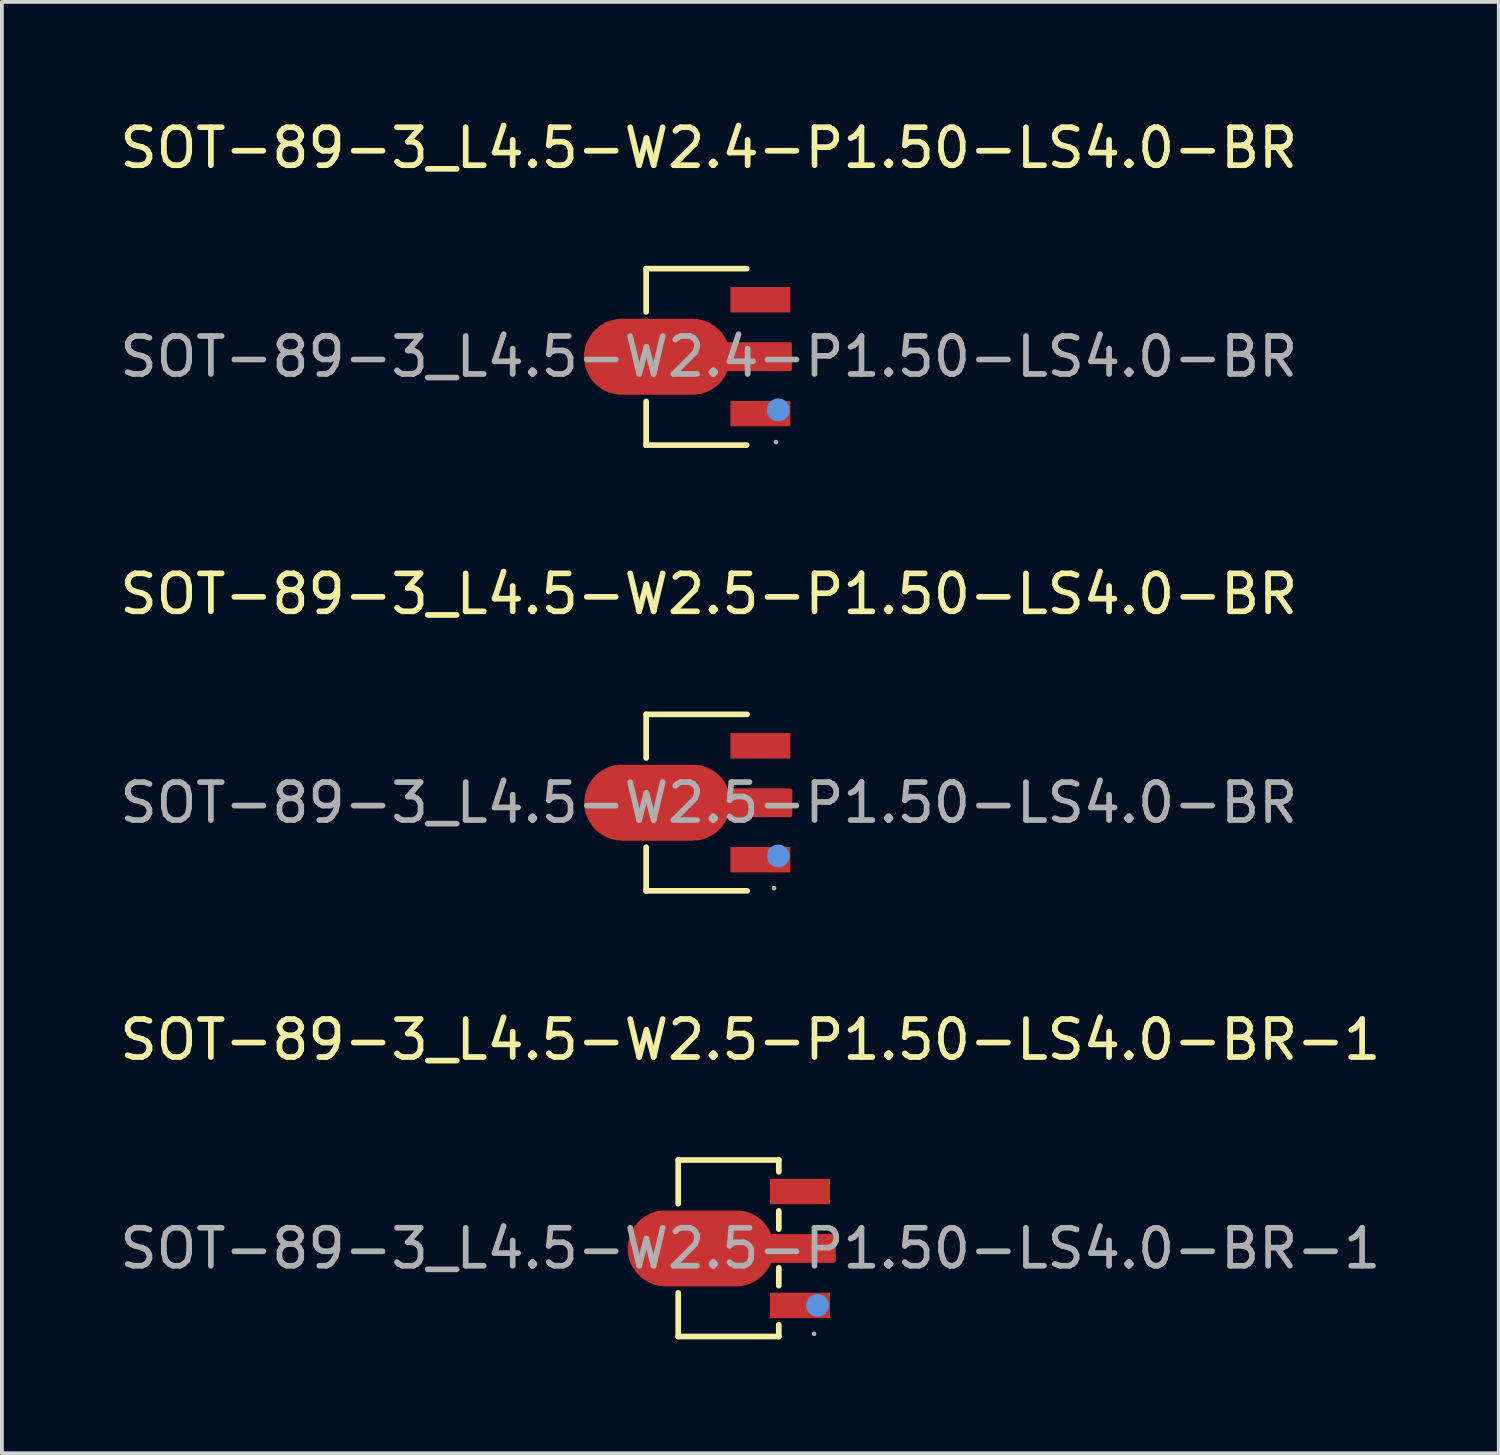
<source format=kicad_pcb>
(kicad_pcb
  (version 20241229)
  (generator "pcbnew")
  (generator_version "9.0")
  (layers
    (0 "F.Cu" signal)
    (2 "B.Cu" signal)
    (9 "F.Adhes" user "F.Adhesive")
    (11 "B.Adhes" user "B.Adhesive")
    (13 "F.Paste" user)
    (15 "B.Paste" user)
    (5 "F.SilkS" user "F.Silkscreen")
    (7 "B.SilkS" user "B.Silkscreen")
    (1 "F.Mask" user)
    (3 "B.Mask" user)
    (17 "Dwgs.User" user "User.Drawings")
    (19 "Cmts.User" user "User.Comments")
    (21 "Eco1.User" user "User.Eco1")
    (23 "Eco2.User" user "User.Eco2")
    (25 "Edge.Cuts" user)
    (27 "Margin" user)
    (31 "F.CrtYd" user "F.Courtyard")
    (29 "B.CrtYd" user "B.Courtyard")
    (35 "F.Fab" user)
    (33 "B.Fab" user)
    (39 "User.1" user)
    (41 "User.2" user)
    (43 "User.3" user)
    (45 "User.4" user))
  (footprint "SOT-89-3_L4.5-W2.5-P1.50-LS4.0-BR-1"
    (layer "F.Cu")
    (at 16.72 29.845)
    (property "Reference" "SOT-89-3_L4.5-W2.5-P1.50-LS4.0-BR-1" (at 0 -5.5 0) (layer "F.SilkS") (effects (font (size 1 1) (thickness 0.15))))
    (attr through_hole)
    (fp_line (start -1.9 -2.33) (end -1.9 -1.18) (stroke (width 0.15) (type solid)) (layer "F.SilkS"))
    (fp_line (start -1.9 2.32) (end -1.9 1.17) (stroke (width 0.15) (type solid)) (layer "F.SilkS"))
    (fp_line (start 0.75 -2.33) (end -1.9 -2.33) (stroke (width 0.15) (type solid)) (layer "F.SilkS"))
    (fp_line (start 0.75 -2.33) (end 0.75 -2.02) (stroke (width 0.15) (type solid)) (layer "F.SilkS"))
    (fp_line (start 0.75 -0.99) (end 0.75 -0.51) (stroke (width 0.15) (type solid)) (layer "F.SilkS"))
    (fp_line (start 0.75 0.51) (end 0.75 0.98) (stroke (width 0.15) (type solid)) (layer "F.SilkS"))
    (fp_line (start 0.75 2.01) (end 0.75 2.32) (stroke (width 0.15) (type solid)) (layer "F.SilkS"))
    (fp_line (start 0.75 2.32) (end -1.9 2.32) (stroke (width 0.15) (type solid)) (layer "F.SilkS"))
    (fp_circle (center 1.77 1.5) (end 1.92 1.5) (stroke (width 0.3) (type solid)) (fill no) (layer "Cmts.User"))
    (fp_circle (center 1.68 2.25) (end 1.71 2.25) (stroke (width 0.06) (type solid)) (fill no) (layer "F.Fab"))
    (fp_text user "${REFERENCE}" (at 0 0 0) (layer "F.Fab") (effects (font (size 1 1) (thickness 0.15))))
    (pad "1" smd rect (at 1.31 1.5) (size 1.58 0.67) (layers "F.Cu" "F.Mask" "F.Paste"))
    (pad "2" smd custom (at -1.31 0) (size 0.01 0.01) (layers "F.Cu" "F.Mask" "F.Paste") (options (anchor circle)) (primitives (gr_poly (pts (xy -0.92 -0.95) (xy 0.93 -0.95) (xy 0.98 -0.95) (xy 1.02 -0.95) (xy 1.07 -0.94) (xy 1.11 -0.94) (xy 1.15 -0.93) (xy 1.2 -0.92) (xy 1.24 -0.9) (xy 1.28 -0.89) (xy 1.32 -0.87) (xy 1.36 -0.85) (xy 1.4 -0.83) (xy 1.44 -0.81) (xy 1.48 -0.78) (xy 1.51 -0.76) (xy 1.55 -0.73) (xy 1.58 -0.7) (xy 1.61 -0.67) (xy 1.64 -0.64) (xy 1.67 -0.6) (xy 1.7 -0.57) (xy 1.72 -0.53) (xy 1.75 -0.49) (xy 1.77 -0.45) (xy 1.79 -0.41) (xy 1.81 -0.33) (xy 3.51 -0.33) (xy 3.51 0.33) (xy 1.81 0.33) (xy 1.79 0.41) (xy 1.77 0.45) (xy 1.75 0.48) (xy 1.72 0.52) (xy 1.7 0.56) (xy 1.67 0.59) (xy 1.64 0.63) (xy 1.61 0.66) (xy 1.58 0.69) (xy 1.55 0.72) (xy 1.51 0.75) (xy 1.48 0.77) (xy 1.44 0.8) (xy 1.4 0.82) (xy 1.36 0.84) (xy 1.32 0.86) (xy 1.28 0.88) (xy 1.24 0.9) (xy 1.2 0.91) (xy 1.15 0.92) (xy 1.11 0.93) (xy 1.07 0.94) (xy 1.02 0.94) (xy 0.98 0.95) (xy 0.93 0.95) (xy -0.92 0.95) (xy -0.97 0.95) (xy -1.01 0.94) (xy -1.05 0.94) (xy -1.1 0.93) (xy -1.14 0.92) (xy -1.19 0.91) (xy -1.23 0.9) (xy -1.27 0.88) (xy -1.31 0.86) (xy -1.35 0.84) (xy -1.39 0.82) (xy -1.43 0.8) (xy -1.47 0.77) (xy -1.5 0.75) (xy -1.54 0.72) (xy -1.57 0.69) (xy -1.6 0.66) (xy -1.63 0.63) (xy -1.66 0.59) (xy -1.69 0.56) (xy -1.71 0.52) (xy -1.74 0.48) (xy -1.76 0.45) (xy -1.78 0.41) (xy -1.8 0.36) (xy -1.81 0.32) (xy -1.83 0.28) (xy -1.84 0.24) (xy -1.85 0.2) (xy -1.86 0.15) (xy -1.86 0.11) (xy -1.87 0.06) (xy -1.87 0.02) (xy -1.87 -0.03) (xy -1.87 -0.07) (xy -1.86 -0.12) (xy -1.86 -0.16) (xy -1.85 -0.2) (xy -1.84 -0.25) (xy -1.83 -0.29) (xy -1.81 -0.33) (xy -1.8 -0.37) (xy -1.78 -0.41) (xy -1.76 -0.45) (xy -1.74 -0.49) (xy -1.71 -0.53) (xy -1.69 -0.57) (xy -1.66 -0.6) (xy -1.63 -0.64) (xy -1.6 -0.67) (xy -1.57 -0.7) (xy -1.54 -0.73) (xy -1.5 -0.76) (xy -1.47 -0.78) (xy -1.43 -0.81) (xy -1.39 -0.83) (xy -1.35 -0.85) (xy -1.31 -0.87) (xy -1.27 -0.89) (xy -1.23 -0.9) (xy -1.19 -0.92) (xy -1.14 -0.93) (xy -1.1 -0.94) (xy -1.05 -0.94) (xy -1.01 -0.95) (xy -0.97 -0.95) (xy -0.92 -0.95)) (width 0.1) (fill yes))))
    (pad "3" smd rect (at 1.31 -1.5) (size 1.58 0.67) (layers "F.Cu" "F.Mask" "F.Paste")))
  (footprint "SOT-89-3_L4.5-W2.4-P1.50-LS4.0-BR"
    (layer "F.Cu")
    (at 15.625 6.348)
    (property "Reference" "SOT-89-3_L4.5-W2.4-P1.50-LS4.0-BR" (at 0 -5.5 0) (layer "F.SilkS") (effects (font (size 1 1) (thickness 0.15))))
    (attr smd)
    (fp_line (start -1.65 -2.32) (end -1.65 -1.18) (stroke (width 0.15) (type solid)) (layer "F.SilkS"))
    (fp_line (start -1.65 2.33) (end -1.65 1.18) (stroke (width 0.15) (type solid)) (layer "F.SilkS"))
    (fp_line (start 1 -2.32) (end -1.65 -2.32) (stroke (width 0.15) (type solid)) (layer "F.SilkS"))
    (fp_line (start 1 2.33) (end -1.65 2.33) (stroke (width 0.15) (type solid)) (layer "F.SilkS"))
    (fp_circle (center 1.83 1.4) (end 1.98 1.4) (stroke (width 0.3) (type solid)) (fill no) (layer "Cmts.User"))
    (fp_circle (center 1.77 2.25) (end 1.8 2.25) (stroke (width 0.06) (type solid)) (fill no) (layer "F.Fab"))
    (fp_text user "${REFERENCE}" (at 0 0 0) (layer "F.Fab") (effects (font (size 1 1) (thickness 0.15))))
    (pad "1" smd rect (at 1.36 1.5) (size 1.58 0.67) (layers "F.Cu" "F.Mask" "F.Paste"))
    (pad "2" smd custom (at -1.36 0) (size 0.01 0.01) (layers "F.Cu" "F.Mask" "F.Paste") (options (anchor circle)) (primitives (gr_poly (pts (xy -0.93 -0.95) (xy 0.93 -0.95) (xy 0.97 -0.95) (xy 1.02 -0.94) (xy 1.06 -0.94) (xy 1.1 -0.93) (xy 1.15 -0.92) (xy 1.19 -0.91) (xy 1.23 -0.9) (xy 1.27 -0.88) (xy 1.32 -0.87) (xy 1.36 -0.85) (xy 1.4 -0.82) (xy 1.43 -0.8) (xy 1.47 -0.78) (xy 1.51 -0.75) (xy 1.54 -0.72) (xy 1.57 -0.69) (xy 1.61 -0.66) (xy 1.64 -0.63) (xy 1.67 -0.6) (xy 1.69 -0.56) (xy 1.72 -0.52) (xy 1.74 -0.49) (xy 1.76 -0.45) (xy 1.78 -0.41) (xy 1.8 -0.33) (xy 3.5 -0.33) (xy 3.5 0.33) (xy 1.8 0.33) (xy 1.78 0.41) (xy 1.76 0.45) (xy 1.74 0.49) (xy 1.72 0.53) (xy 1.69 0.56) (xy 1.67 0.6) (xy 1.64 0.63) (xy 1.61 0.67) (xy 1.57 0.7) (xy 1.54 0.73) (xy 1.51 0.75) (xy 1.47 0.78) (xy 1.43 0.81) (xy 1.4 0.83) (xy 1.36 0.85) (xy 1.32 0.87) (xy 1.27 0.89) (xy 1.23 0.9) (xy 1.19 0.91) (xy 1.15 0.93) (xy 1.1 0.93) (xy 1.06 0.94) (xy 1.02 0.95) (xy 0.97 0.95) (xy 0.93 0.95) (xy -0.93 0.95) (xy -0.97 0.95) (xy -1.02 0.95) (xy -1.06 0.94) (xy -1.1 0.93) (xy -1.15 0.93) (xy -1.19 0.91) (xy -1.23 0.9) (xy -1.28 0.89) (xy -1.32 0.87) (xy -1.36 0.85) (xy -1.4 0.83) (xy -1.43 0.81) (xy -1.47 0.78) (xy -1.51 0.75) (xy -1.54 0.73) (xy -1.58 0.7) (xy -1.61 0.67) (xy -1.64 0.63) (xy -1.67 0.6) (xy -1.69 0.56) (xy -1.72 0.53) (xy -1.74 0.49) (xy -1.76 0.45) (xy -1.78 0.41) (xy -1.8 0.37) (xy -1.82 0.33) (xy -1.83 0.29) (xy -1.85 0.24) (xy -1.86 0.2) (xy -1.86 0.16) (xy -1.87 0.11) (xy -1.88 0.07) (xy -1.88 0.02) (xy -1.88 -0.02) (xy -1.88 -0.07) (xy -1.87 -0.11) (xy -1.86 -0.15) (xy -1.86 -0.2) (xy -1.85 -0.24) (xy -1.83 -0.28) (xy -1.82 -0.33) (xy -1.8 -0.37) (xy -1.78 -0.41) (xy -1.76 -0.45) (xy -1.74 -0.49) (xy -1.72 -0.52) (xy -1.69 -0.56) (xy -1.67 -0.6) (xy -1.64 -0.63) (xy -1.61 -0.66) (xy -1.58 -0.69) (xy -1.54 -0.72) (xy -1.51 -0.75) (xy -1.47 -0.78) (xy -1.43 -0.8) (xy -1.4 -0.82) (xy -1.36 -0.85) (xy -1.32 -0.87) (xy -1.28 -0.88) (xy -1.23 -0.9) (xy -1.19 -0.91) (xy -1.15 -0.92) (xy -1.1 -0.93) (xy -1.06 -0.94) (xy -1.02 -0.94) (xy -0.97 -0.95) (xy -0.93 -0.95)) (width 0.1) (fill yes))))
    (pad "3" smd rect (at 1.36 -1.5) (size 1.58 0.67) (layers "F.Cu" "F.Mask" "F.Paste")))
  (footprint "SOT-89-3_L4.5-W2.5-P1.50-LS4.0-BR"
    (layer "F.Cu")
    (at 15.625 18.102)
    (property "Reference" "SOT-89-3_L4.5-W2.5-P1.50-LS4.0-BR" (at 0 -5.5 0) (layer "F.SilkS") (effects (font (size 1 1) (thickness 0.15))))
    (attr smd)
    (fp_line (start -1.65 -2.33) (end -1.65 -1.18) (stroke (width 0.15) (type solid)) (layer "F.SilkS"))
    (fp_line (start -1.65 2.32) (end -1.65 1.17) (stroke (width 0.15) (type solid)) (layer "F.SilkS"))
    (fp_line (start 1.01 -2.33) (end -1.65 -2.33) (stroke (width 0.15) (type solid)) (layer "F.SilkS"))
    (fp_line (start 1.01 2.32) (end -1.65 2.32) (stroke (width 0.15) (type solid)) (layer "F.SilkS"))
    (fp_circle (center 1.83 1.4) (end 1.98 1.4) (stroke (width 0.3) (type solid)) (fill no) (layer "Cmts.User"))
    (fp_circle (center 1.72 2.25) (end 1.75 2.25) (stroke (width 0.06) (type solid)) (fill no) (layer "F.Fab"))
    (fp_text user "${REFERENCE}" (at 0 0 0) (layer "F.Fab") (effects (font (size 1 1) (thickness 0.15))))
    (pad "1" smd rect (at 1.36 1.5) (size 1.58 0.67) (layers "F.Cu" "F.Mask" "F.Paste"))
    (pad "2" smd custom (at -1.36 0) (size 0.01 0.01) (layers "F.Cu" "F.Mask" "F.Paste") (options (anchor circle)) (primitives (gr_poly (pts (xy -0.92 -0.95) (xy 0.94 -0.95) (xy 0.98 -0.95) (xy 1.02 -0.95) (xy 1.07 -0.94) (xy 1.11 -0.94) (xy 1.16 -0.93) (xy 1.2 -0.92) (xy 1.24 -0.9) (xy 1.28 -0.89) (xy 1.32 -0.87) (xy 1.36 -0.85) (xy 1.4 -0.83) (xy 1.44 -0.81) (xy 1.48 -0.78) (xy 1.52 -0.76) (xy 1.55 -0.73) (xy 1.58 -0.7) (xy 1.61 -0.67) (xy 1.65 -0.64) (xy 1.67 -0.6) (xy 1.7 -0.57) (xy 1.73 -0.53) (xy 1.75 -0.49) (xy 1.77 -0.45) (xy 1.79 -0.41) (xy 1.81 -0.33) (xy 3.51 -0.33) (xy 3.51 0.33) (xy 1.81 0.33) (xy 1.79 0.41) (xy 1.77 0.44) (xy 1.75 0.48) (xy 1.73 0.52) (xy 1.7 0.56) (xy 1.67 0.59) (xy 1.65 0.63) (xy 1.61 0.66) (xy 1.58 0.69) (xy 1.55 0.72) (xy 1.52 0.75) (xy 1.48 0.77) (xy 1.44 0.8) (xy 1.4 0.82) (xy 1.36 0.84) (xy 1.32 0.86) (xy 1.28 0.88) (xy 1.24 0.89) (xy 1.2 0.91) (xy 1.16 0.92) (xy 1.11 0.93) (xy 1.07 0.94) (xy 1.02 0.94) (xy 0.98 0.94) (xy 0.94 0.95) (xy -0.92 0.95) (xy -0.96 0.94) (xy -1.01 0.94) (xy -1.05 0.94) (xy -1.1 0.93) (xy -1.14 0.92) (xy -1.18 0.91) (xy -1.23 0.89) (xy -1.27 0.88) (xy -1.31 0.86) (xy -1.35 0.84) (xy -1.39 0.82) (xy -1.43 0.8) (xy -1.46 0.77) (xy -1.5 0.75) (xy -1.53 0.72) (xy -1.57 0.69) (xy -1.6 0.66) (xy -1.63 0.63) (xy -1.66 0.59) (xy -1.68 0.56) (xy -1.71 0.52) (xy -1.73 0.48) (xy -1.76 0.44) (xy -1.78 0.41) (xy -1.79 0.36) (xy -1.81 0.32) (xy -1.83 0.28) (xy -1.84 0.24) (xy -1.85 0.19) (xy -1.86 0.15) (xy -1.86 0.11) (xy -1.87 0.06) (xy -1.87 0.02) (xy -1.87 -0.03) (xy -1.87 -0.07) (xy -1.86 -0.12) (xy -1.86 -0.16) (xy -1.85 -0.2) (xy -1.84 -0.25) (xy -1.83 -0.29) (xy -1.81 -0.33) (xy -1.79 -0.37) (xy -1.78 -0.41) (xy -1.76 -0.45) (xy -1.73 -0.49) (xy -1.71 -0.53) (xy -1.68 -0.57) (xy -1.66 -0.6) (xy -1.63 -0.64) (xy -1.6 -0.67) (xy -1.57 -0.7) (xy -1.53 -0.73) (xy -1.5 -0.76) (xy -1.46 -0.78) (xy -1.43 -0.81) (xy -1.39 -0.83) (xy -1.35 -0.85) (xy -1.31 -0.87) (xy -1.27 -0.89) (xy -1.23 -0.9) (xy -1.18 -0.92) (xy -1.14 -0.93) (xy -1.1 -0.94) (xy -1.05 -0.94) (xy -1.01 -0.95) (xy -0.96 -0.95) (xy -0.92 -0.95)) (width 0.1) (fill yes))))
    (pad "3" smd rect (at 1.36 -1.5) (size 1.58 0.67) (layers "F.Cu" "F.Mask" "F.Paste")))
  (gr_rect
    (start -3 -3)
    (end 36.44 35.24)
    (stroke (width 0.1) (type default))
    (fill no)
    (layer "Edge.Cuts")))
</source>
